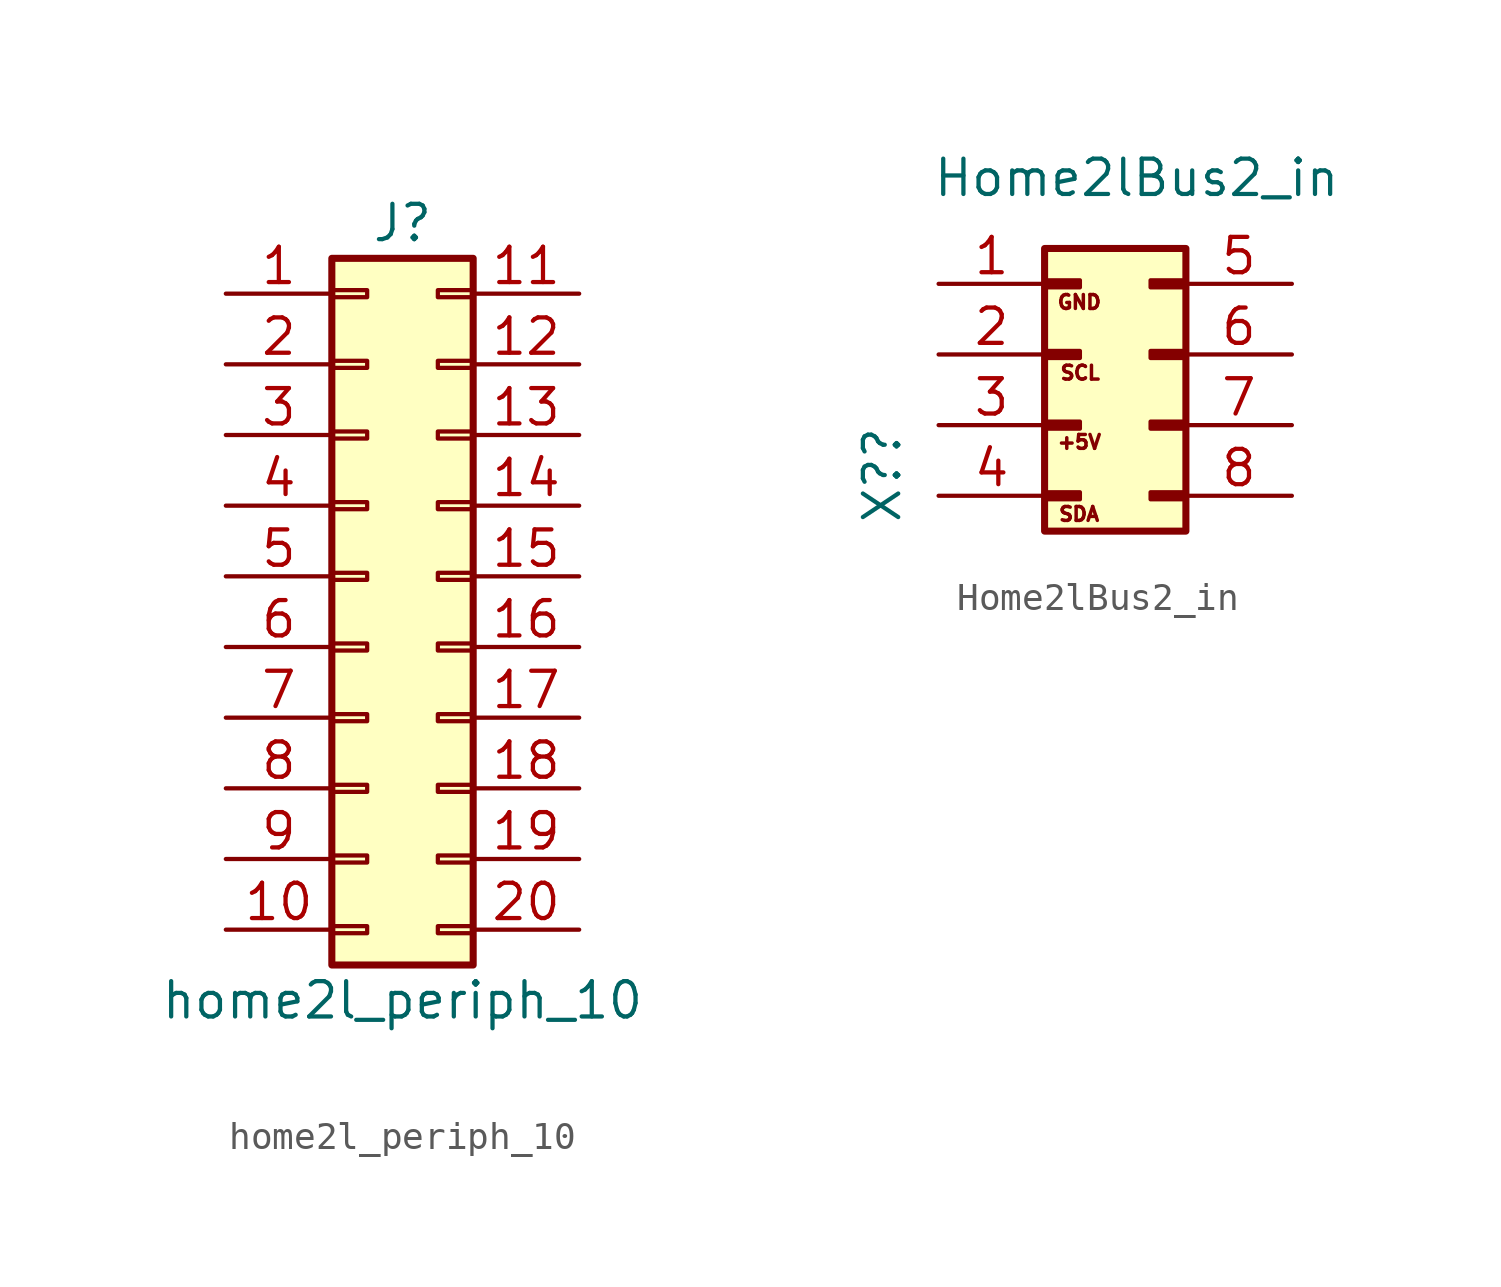
<source format=kicad_sym>
(kicad_symbol_lib
  (version 20211014)
  (generator kicad_symbol_editor)
  (symbol "home2l_periph_10"
    (pin_names
      (offset 1.016) hide)
    (property "Reference" "J"
      (at 1.27 12.7 0)
      (effects (font (size 1.27 1.27))))
    (property "Value" "home2l_periph_10"
      (at 1.27 -15.24 0)
      (effects (font (size 1.27 1.27))))
    (symbol "home2l_periph_10_1_1"
      (rectangle (start -1.27 -12.573) (end 0 -12.827) (stroke (width 0.152) (type default) (color 0 0 0 0)) (fill (type none)))
      (rectangle (start -1.27 -10.033) (end 0 -10.287) (stroke (width 0.152) (type default) (color 0 0 0 0)) (fill (type none)))
      (rectangle (start -1.27 -7.493) (end 0 -7.747) (stroke (width 0.152) (type default) (color 0 0 0 0)) (fill (type none)))
      (rectangle (start -1.27 -4.953) (end 0 -5.207) (stroke (width 0.152) (type default) (color 0 0 0 0)) (fill (type none)))
      (rectangle (start -1.27 -2.413) (end 0 -2.667) (stroke (width 0.152) (type default) (color 0 0 0 0)) (fill (type none)))
      (rectangle (start -1.27 0.127) (end 0 -0.127) (stroke (width 0.152) (type default) (color 0 0 0 0)) (fill (type none)))
      (rectangle (start -1.27 2.667) (end 0 2.413) (stroke (width 0.152) (type default) (color 0 0 0 0)) (fill (type none)))
      (rectangle (start -1.27 5.207) (end 0 4.953) (stroke (width 0.152) (type default) (color 0 0 0 0)) (fill (type none)))
      (rectangle (start -1.27 7.747) (end 0 7.493) (stroke (width 0.152) (type default) (color 0 0 0 0)) (fill (type none)))
      (rectangle (start -1.27 10.287) (end 0 10.033) (stroke (width 0.152) (type default) (color 0 0 0 0)) (fill (type none)))
      (rectangle (start -1.27 11.43) (end 3.81 -13.97) (stroke (width 0.254) (type default) (color 0 0 0 0)) (fill (type background)))
      (rectangle (start 3.81 -12.573) (end 2.54 -12.827) (stroke (width 0.152) (type default) (color 0 0 0 0)) (fill (type none)))
      (rectangle (start 3.81 -10.033) (end 2.54 -10.287) (stroke (width 0.152) (type default) (color 0 0 0 0)) (fill (type none)))
      (rectangle (start 3.81 -7.493) (end 2.54 -7.747) (stroke (width 0.152) (type default) (color 0 0 0 0)) (fill (type none)))
      (rectangle (start 3.81 -4.953) (end 2.54 -5.207) (stroke (width 0.152) (type default) (color 0 0 0 0)) (fill (type none)))
      (rectangle (start 3.81 -2.413) (end 2.54 -2.667) (stroke (width 0.152) (type default) (color 0 0 0 0)) (fill (type none)))
      (rectangle (start 3.81 0.127) (end 2.54 -0.127) (stroke (width 0.152) (type default) (color 0 0 0 0)) (fill (type none)))
      (rectangle (start 3.81 2.667) (end 2.54 2.413) (stroke (width 0.152) (type default) (color 0 0 0 0)) (fill (type none)))
      (rectangle (start 3.81 5.207) (end 2.54 4.953) (stroke (width 0.152) (type default) (color 0 0 0 0)) (fill (type none)))
      (rectangle (start 3.81 7.747) (end 2.54 7.493) (stroke (width 0.152) (type default) (color 0 0 0 0)) (fill (type none)))
      (rectangle (start 3.81 10.287) (end 2.54 10.033) (stroke (width 0.152) (type default) (color 0 0 0 0)) (fill (type none)))
      (pin passive line (at -5.08 10.16 0) (length 3.81) (name "Pin_1" (effects (font (size 1.27 1.27)))) (number "1" (effects (font (size 1.27 1.27)))))
      (pin passive line (at -5.08 -12.7 0) (length 3.81) (name "Pin_10" (effects (font (size 1.27 1.27)))) (number "10" (effects (font (size 1.27 1.27)))))
      (pin passive line (at 7.62 10.16 180) (length 3.81) (name "Pin_11" (effects (font (size 1.27 1.27)))) (number "11" (effects (font (size 1.27 1.27)))))
      (pin passive line (at 7.62 7.62 180) (length 3.81) (name "Pin_12" (effects (font (size 1.27 1.27)))) (number "12" (effects (font (size 1.27 1.27)))))
      (pin passive line (at 7.62 5.08 180) (length 3.81) (name "Pin_13" (effects (font (size 1.27 1.27)))) (number "13" (effects (font (size 1.27 1.27)))))
      (pin passive line (at 7.62 2.54 180) (length 3.81) (name "Pin_14" (effects (font (size 1.27 1.27)))) (number "14" (effects (font (size 1.27 1.27)))))
      (pin passive line (at 7.62 0 180) (length 3.81) (name "Pin_15" (effects (font (size 1.27 1.27)))) (number "15" (effects (font (size 1.27 1.27)))))
      (pin passive line (at 7.62 -2.54 180) (length 3.81) (name "Pin_16" (effects (font (size 1.27 1.27)))) (number "16" (effects (font (size 1.27 1.27)))))
      (pin passive line (at 7.62 -5.08 180) (length 3.81) (name "Pin_17" (effects (font (size 1.27 1.27)))) (number "17" (effects (font (size 1.27 1.27)))))
      (pin passive line (at 7.62 -7.62 180) (length 3.81) (name "Pin_18" (effects (font (size 1.27 1.27)))) (number "18" (effects (font (size 1.27 1.27)))))
      (pin passive line (at 7.62 -10.16 180) (length 3.81) (name "Pin_19" (effects (font (size 1.27 1.27)))) (number "19" (effects (font (size 1.27 1.27)))))
      (pin passive line (at -5.08 7.62 0) (length 3.81) (name "Pin_2" (effects (font (size 1.27 1.27)))) (number "2" (effects (font (size 1.27 1.27)))))
      (pin passive line (at 7.62 -12.7 180) (length 3.81) (name "Pin_20" (effects (font (size 1.27 1.27)))) (number "20" (effects (font (size 1.27 1.27)))))
      (pin passive line (at -5.08 5.08 0) (length 3.81) (name "Pin_3" (effects (font (size 1.27 1.27)))) (number "3" (effects (font (size 1.27 1.27)))))
      (pin passive line (at -5.08 2.54 0) (length 3.81) (name "Pin_4" (effects (font (size 1.27 1.27)))) (number "4" (effects (font (size 1.27 1.27)))))
      (pin passive line (at -5.08 0 0) (length 3.81) (name "Pin_5" (effects (font (size 1.27 1.27)))) (number "5" (effects (font (size 1.27 1.27)))))
      (pin passive line (at -5.08 -2.54 0) (length 3.81) (name "Pin_6" (effects (font (size 1.27 1.27)))) (number "6" (effects (font (size 1.27 1.27)))))
      (pin passive line (at -5.08 -5.08 0) (length 3.81) (name "Pin_7" (effects (font (size 1.27 1.27)))) (number "7" (effects (font (size 1.27 1.27)))))
      (pin passive line (at -5.08 -7.62 0) (length 3.81) (name "Pin_8" (effects (font (size 1.27 1.27)))) (number "8" (effects (font (size 1.27 1.27)))))
      (pin passive line (at -5.08 -10.16 0) (length 3.81) (name "Pin_9" (effects (font (size 1.27 1.27)))) (number "9" (effects (font (size 1.27 1.27)))))))
  (symbol "Home2lBus2_in"
    (pin_names
      (offset 1.016) hide)
    (property "Reference" "X?"
      (at -7.112 -2.54 90)
      (effects (font (size 1.27 1.27)) (justify right)))
    (property "Value" "Home2lBus2_in"
      (at 9.398 6.35 0)
      (effects (font (size 1.27 1.27)) (justify right)))
    (symbol "Home2lBus2_in_0_0"
      (text "+5V" (at -0.864 -3.15 0) (effects (font (size 0.5 0.5)) (justify left)))
      (text "GND" (at -0.864 1.88 0) (effects (font (size 0.5 0.5)) (justify left)))
      (text "SCL" (at -0.762 -0.66 0) (effects (font (size 0.5 0.5)) (justify left)))
      (text "SDA" (at -0.813 -5.74 0) (effects (font (size 0.5 0.5)) (justify left))))
    (symbol "Home2lBus2_in_1_1"
      (rectangle (start -1.27 -4.953) (end 0 -5.207) (stroke (width 0.152) (type default) (color 0 0 0 0)) (fill (type outline)))
      (rectangle (start -1.27 -2.413) (end 0 -2.667) (stroke (width 0.152) (type default) (color 0 0 0 0)) (fill (type outline)))
      (rectangle (start -1.27 0.127) (end 0 -0.127) (stroke (width 0.152) (type default) (color 0 0 0 0)) (fill (type outline)))
      (rectangle (start -1.27 2.667) (end 0 2.413) (stroke (width 0.152) (type default) (color 0 0 0 0)) (fill (type outline)))
      (rectangle (start -1.27 3.81) (end 3.81 -6.35) (stroke (width 0.254) (type default) (color 0 0 0 0)) (fill (type background)))
      (rectangle (start 3.81 -4.953) (end 2.54 -5.207) (stroke (width 0.152) (type default) (color 0 0 0 0)) (fill (type outline)))
      (rectangle (start 3.81 -2.413) (end 2.54 -2.667) (stroke (width 0.152) (type default) (color 0 0 0 0)) (fill (type outline)))
      (rectangle (start 3.81 0.127) (end 2.54 -0.127) (stroke (width 0.152) (type default) (color 0 0 0 0)) (fill (type outline)))
      (rectangle (start 3.81 2.667) (end 2.54 2.413) (stroke (width 0.152) (type default) (color 0 0 0 0)) (fill (type outline)))
      (pin passive line (at -5.08 2.54 0) (length 3.81) (name "Pin_1" (effects (font (size 1.27 1.27)))) (number "1" (effects (font (size 1.27 1.27)))))
      (pin passive line (at -5.08 0 0) (length 3.81) (name "Pin_2" (effects (font (size 1.27 1.27)))) (number "2" (effects (font (size 1.27 1.27)))))
      (pin passive line (at -5.08 -2.54 0) (length 3.81) (name "Pin_3" (effects (font (size 1.27 1.27)))) (number "3" (effects (font (size 1.27 1.27)))))
      (pin passive line (at -5.08 -5.08 0) (length 3.81) (name "Pin_4" (effects (font (size 1.27 1.27)))) (number "4" (effects (font (size 1.27 1.27)))))
      (pin passive line (at 7.62 2.54 180) (length 3.81) (name "Pin_5" (effects (font (size 1.27 1.27)))) (number "5" (effects (font (size 1.27 1.27)))))
      (pin passive line (at 7.62 0 180) (length 3.81) (name "Pin_6" (effects (font (size 1.27 1.27)))) (number "6" (effects (font (size 1.27 1.27)))))
      (pin passive line (at 7.62 -2.54 180) (length 3.81) (name "Pin_7" (effects (font (size 1.27 1.27)))) (number "7" (effects (font (size 1.27 1.27)))))
      (pin passive line (at 7.62 -5.08 180) (length 3.81) (name "Pin_8" (effects (font (size 1.27 1.27)))) (number "8" (effects (font (size 1.27 1.27))))))))
</source>
